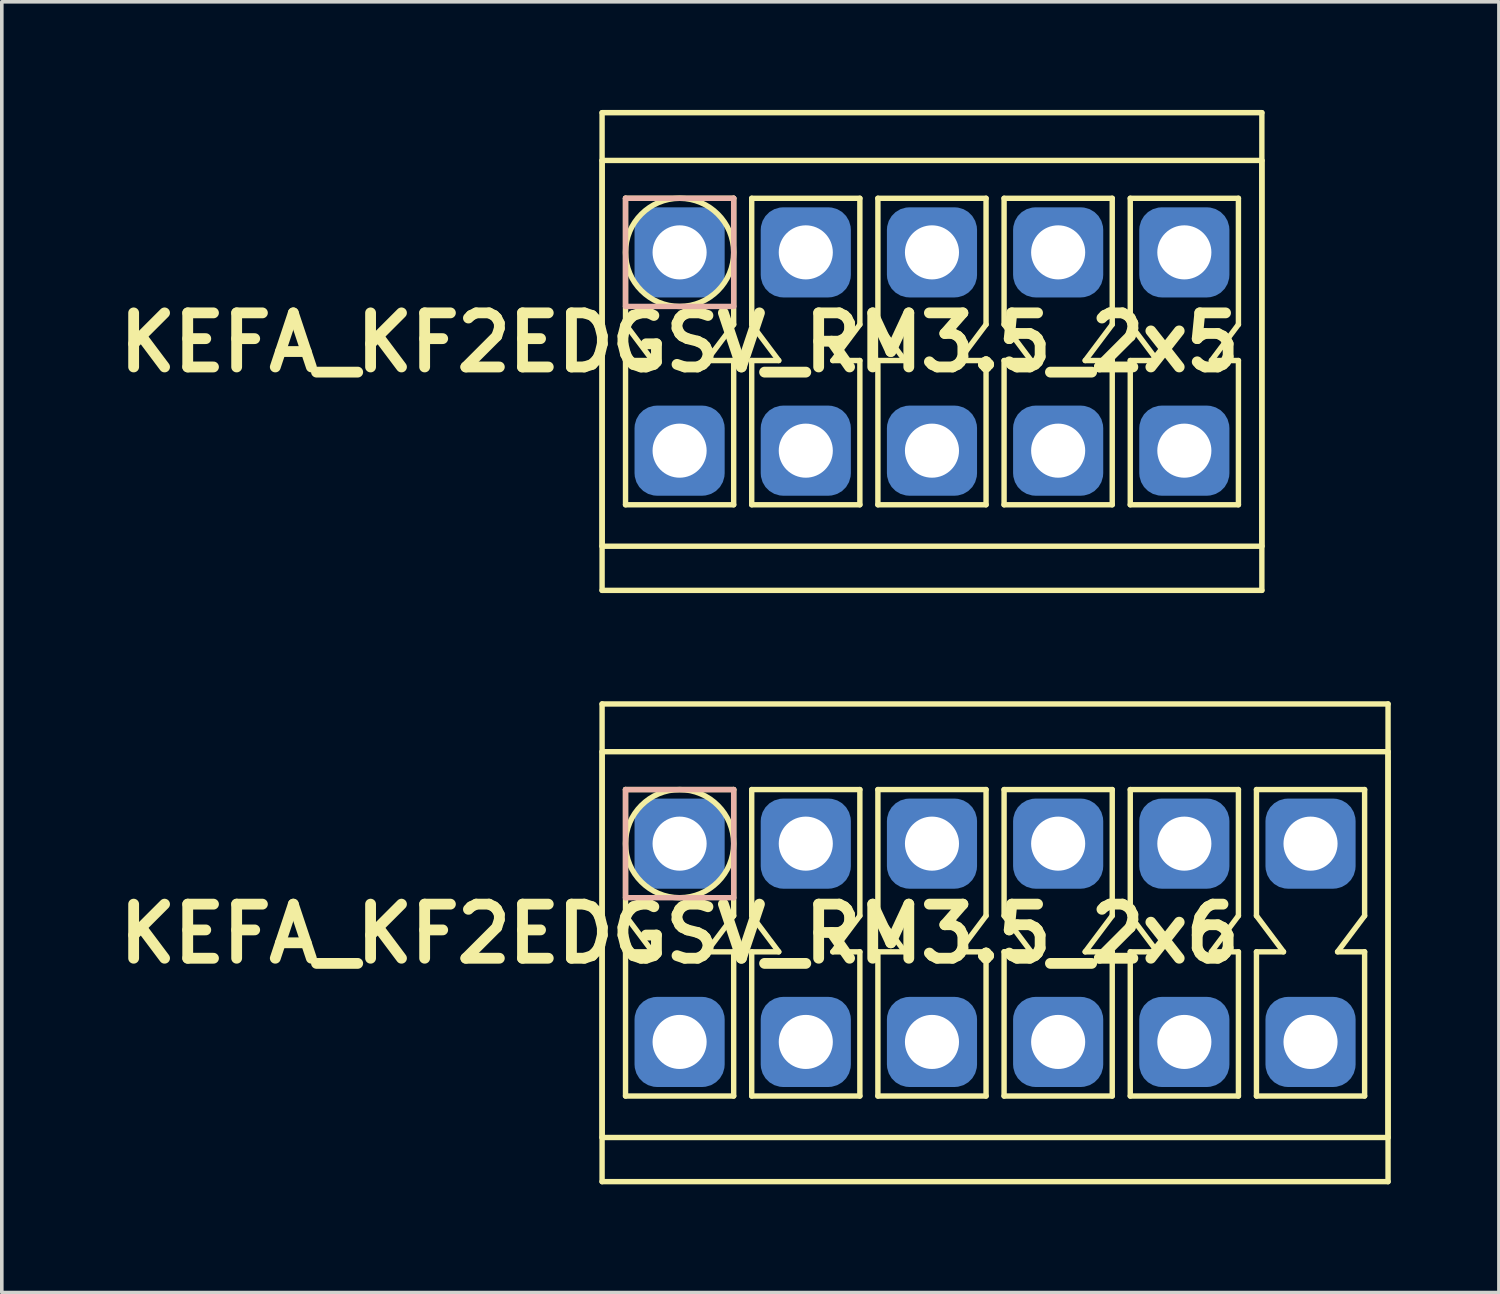
<source format=kicad_pcb>
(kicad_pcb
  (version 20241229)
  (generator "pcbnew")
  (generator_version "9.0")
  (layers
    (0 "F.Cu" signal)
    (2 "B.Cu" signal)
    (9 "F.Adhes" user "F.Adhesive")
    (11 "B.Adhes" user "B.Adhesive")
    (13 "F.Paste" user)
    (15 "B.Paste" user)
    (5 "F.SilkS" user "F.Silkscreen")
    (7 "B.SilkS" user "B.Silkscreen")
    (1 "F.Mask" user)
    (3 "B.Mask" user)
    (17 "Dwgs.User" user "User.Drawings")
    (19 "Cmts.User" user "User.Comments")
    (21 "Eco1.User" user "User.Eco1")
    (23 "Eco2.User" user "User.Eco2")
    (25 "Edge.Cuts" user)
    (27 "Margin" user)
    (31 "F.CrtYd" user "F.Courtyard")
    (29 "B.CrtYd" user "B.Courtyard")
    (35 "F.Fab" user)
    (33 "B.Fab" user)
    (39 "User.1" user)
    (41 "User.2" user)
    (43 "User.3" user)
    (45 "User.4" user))
  (footprint "KEFA_KF2EDGSV_RM3.5_2x6"
    (layer "F.Cu")
    (at 15.8 20.35)
    (property "Reference" "KEFA_KF2EDGSV_RM3.5_2x6" (at 0 2.5 0) (layer "F.SilkS") (effects (font (size 1.5 1.5) (thickness 0.3))))
    (attr through_hole)
    (fp_line (start -2.15 -3.875) (end 19.65 -3.875) (stroke (width 0.15) (type solid)) (layer "F.SilkS"))
    (fp_line (start -2.15 -2.55) (end 19.65 -2.55) (stroke (width 0.15) (type solid)) (layer "F.SilkS"))
    (fp_line (start -2.15 8.15) (end -2.15 -2.55) (stroke (width 0.15) (type solid)) (layer "F.SilkS"))
    (fp_line (start -2.15 9.375) (end -2.15 -3.875) (stroke (width 0.15) (type solid)) (layer "F.SilkS"))
    (fp_line (start -1.5 -1.5) (end -1.5 2) (stroke (width 0.15) (type solid)) (layer "F.SilkS"))
    (fp_line (start -1.5 -1.5) (end 1.5 -1.5) (stroke (width 0.15) (type solid)) (layer "F.SilkS"))
    (fp_line (start -1.5 2) (end -0.75 3) (stroke (width 0.15) (type solid)) (layer "F.SilkS"))
    (fp_line (start -1.5 3) (end -1.5 7) (stroke (width 0.15) (type solid)) (layer "F.SilkS"))
    (fp_line (start -1.5 7) (end 1.5 7) (stroke (width 0.15) (type solid)) (layer "F.SilkS"))
    (fp_line (start -0.75 3) (end -1.5 3) (stroke (width 0.15) (type solid)) (layer "F.SilkS"))
    (fp_line (start 0.75 3) (end 1.5 3) (stroke (width 0.15) (type solid)) (layer "F.SilkS"))
    (fp_line (start 1.5 -1.5) (end 1.5 2) (stroke (width 0.15) (type solid)) (layer "F.SilkS"))
    (fp_line (start 1.5 2) (end 0.75 3) (stroke (width 0.15) (type solid)) (layer "F.SilkS"))
    (fp_line (start 1.5 3) (end 1.5 7) (stroke (width 0.15) (type solid)) (layer "F.SilkS"))
    (fp_line (start 2 -1.5) (end 2 2) (stroke (width 0.15) (type solid)) (layer "F.SilkS"))
    (fp_line (start 2 -1.5) (end 5 -1.5) (stroke (width 0.15) (type solid)) (layer "F.SilkS"))
    (fp_line (start 2 2) (end 2.75 3) (stroke (width 0.15) (type solid)) (layer "F.SilkS"))
    (fp_line (start 2 3) (end 2 7) (stroke (width 0.15) (type solid)) (layer "F.SilkS"))
    (fp_line (start 2 7) (end 5 7) (stroke (width 0.15) (type solid)) (layer "F.SilkS"))
    (fp_line (start 2.75 3) (end 2 3) (stroke (width 0.15) (type solid)) (layer "F.SilkS"))
    (fp_line (start 4.25 3) (end 5 3) (stroke (width 0.15) (type solid)) (layer "F.SilkS"))
    (fp_line (start 5 -1.5) (end 5 2) (stroke (width 0.15) (type solid)) (layer "F.SilkS"))
    (fp_line (start 5 2) (end 4.25 3) (stroke (width 0.15) (type solid)) (layer "F.SilkS"))
    (fp_line (start 5 3) (end 5 7) (stroke (width 0.15) (type solid)) (layer "F.SilkS"))
    (fp_line (start 5.5 -1.5) (end 5.5 2) (stroke (width 0.15) (type solid)) (layer "F.SilkS"))
    (fp_line (start 5.5 -1.5) (end 8.5 -1.5) (stroke (width 0.15) (type solid)) (layer "F.SilkS"))
    (fp_line (start 5.5 2) (end 6.25 3) (stroke (width 0.15) (type solid)) (layer "F.SilkS"))
    (fp_line (start 5.5 3) (end 5.5 7) (stroke (width 0.15) (type solid)) (layer "F.SilkS"))
    (fp_line (start 5.5 7) (end 8.5 7) (stroke (width 0.15) (type solid)) (layer "F.SilkS"))
    (fp_line (start 6.25 3) (end 5.5 3) (stroke (width 0.15) (type solid)) (layer "F.SilkS"))
    (fp_line (start 7.75 3) (end 8.5 3) (stroke (width 0.15) (type solid)) (layer "F.SilkS"))
    (fp_line (start 8.5 -1.5) (end 8.5 2) (stroke (width 0.15) (type solid)) (layer "F.SilkS"))
    (fp_line (start 8.5 2) (end 7.75 3) (stroke (width 0.15) (type solid)) (layer "F.SilkS"))
    (fp_line (start 8.5 3) (end 8.5 7) (stroke (width 0.15) (type solid)) (layer "F.SilkS"))
    (fp_line (start 9 -1.5) (end 9 2) (stroke (width 0.15) (type solid)) (layer "F.SilkS"))
    (fp_line (start 9 -1.5) (end 12 -1.5) (stroke (width 0.15) (type solid)) (layer "F.SilkS"))
    (fp_line (start 9 2) (end 9.75 3) (stroke (width 0.15) (type solid)) (layer "F.SilkS"))
    (fp_line (start 9 3) (end 9 7) (stroke (width 0.15) (type solid)) (layer "F.SilkS"))
    (fp_line (start 9 7) (end 12 7) (stroke (width 0.15) (type solid)) (layer "F.SilkS"))
    (fp_line (start 9.75 3) (end 9 3) (stroke (width 0.15) (type solid)) (layer "F.SilkS"))
    (fp_line (start 11.25 3) (end 12 3) (stroke (width 0.15) (type solid)) (layer "F.SilkS"))
    (fp_line (start 12 -1.5) (end 12 2) (stroke (width 0.15) (type solid)) (layer "F.SilkS"))
    (fp_line (start 12 2) (end 11.25 3) (stroke (width 0.15) (type solid)) (layer "F.SilkS"))
    (fp_line (start 12 3) (end 12 7) (stroke (width 0.15) (type solid)) (layer "F.SilkS"))
    (fp_line (start 12.5 -1.5) (end 12.5 2) (stroke (width 0.15) (type solid)) (layer "F.SilkS"))
    (fp_line (start 12.5 -1.5) (end 15.5 -1.5) (stroke (width 0.15) (type solid)) (layer "F.SilkS"))
    (fp_line (start 12.5 2) (end 13.25 3) (stroke (width 0.15) (type solid)) (layer "F.SilkS"))
    (fp_line (start 12.5 3) (end 12.5 7) (stroke (width 0.15) (type solid)) (layer "F.SilkS"))
    (fp_line (start 12.5 7) (end 15.5 7) (stroke (width 0.15) (type solid)) (layer "F.SilkS"))
    (fp_line (start 13.25 3) (end 12.5 3) (stroke (width 0.15) (type solid)) (layer "F.SilkS"))
    (fp_line (start 14.75 3) (end 15.5 3) (stroke (width 0.15) (type solid)) (layer "F.SilkS"))
    (fp_line (start 15.5 -1.5) (end 15.5 2) (stroke (width 0.15) (type solid)) (layer "F.SilkS"))
    (fp_line (start 15.5 2) (end 14.75 3) (stroke (width 0.15) (type solid)) (layer "F.SilkS"))
    (fp_line (start 15.5 3) (end 15.5 7) (stroke (width 0.15) (type solid)) (layer "F.SilkS"))
    (fp_line (start 16 -1.5) (end 16 2) (stroke (width 0.15) (type solid)) (layer "F.SilkS"))
    (fp_line (start 16 -1.5) (end 19 -1.5) (stroke (width 0.15) (type solid)) (layer "F.SilkS"))
    (fp_line (start 16 2) (end 16.75 3) (stroke (width 0.15) (type solid)) (layer "F.SilkS"))
    (fp_line (start 16 3) (end 16 7) (stroke (width 0.15) (type solid)) (layer "F.SilkS"))
    (fp_line (start 16 7) (end 19 7) (stroke (width 0.15) (type solid)) (layer "F.SilkS"))
    (fp_line (start 16.75 3) (end 16 3) (stroke (width 0.15) (type solid)) (layer "F.SilkS"))
    (fp_line (start 18.25 3) (end 19 3) (stroke (width 0.15) (type solid)) (layer "F.SilkS"))
    (fp_line (start 19 -1.5) (end 19 2) (stroke (width 0.15) (type solid)) (layer "F.SilkS"))
    (fp_line (start 19 2) (end 18.25 3) (stroke (width 0.15) (type solid)) (layer "F.SilkS"))
    (fp_line (start 19 3) (end 19 7) (stroke (width 0.15) (type solid)) (layer "F.SilkS"))
    (fp_line (start 19.65 -3.875) (end 19.65 9.375) (stroke (width 0.15) (type solid)) (layer "F.SilkS"))
    (fp_line (start 19.65 -2.55) (end 19.65 8.15) (stroke (width 0.15) (type solid)) (layer "F.SilkS"))
    (fp_line (start 19.65 8.15) (end -2.15 8.15) (stroke (width 0.15) (type solid)) (layer "F.SilkS"))
    (fp_line (start 19.65 9.375) (end -2.15 9.375) (stroke (width 0.15) (type solid)) (layer "F.SilkS"))
    (fp_circle (center 0 0) (end 1.5 0) (stroke (width 0.15) (type solid)) (fill no) (layer "F.SilkS"))
    (fp_line (start -1.5 -1.5) (end 1.5 -1.5) (stroke (width 0.15) (type solid)) (layer "B.SilkS"))
    (fp_line (start -1.5 1.5) (end -1.5 -1.5) (stroke (width 0.15) (type solid)) (layer "B.SilkS"))
    (fp_line (start 1.5 -1.5) (end 1.5 1.5) (stroke (width 0.15) (type solid)) (layer "B.SilkS"))
    (fp_line (start 1.5 1.5) (end -1.5 1.5) (stroke (width 0.15) (type solid)) (layer "B.SilkS"))
    (pad "1" thru_hole circle (at 0 0) (size 1.8 1.8) (drill 1.5) (layers "*.Cu" "*.Mask"))
    (pad "1" smd roundrect (at 0 0) (size 2.5 2.5) (layers "B.Cu" "B.Mask") (roundrect_rratio 0.25))
    (pad "2" thru_hole circle (at 3.5 0) (size 1.8 1.8) (drill 1.5) (layers "*.Cu" "*.Mask"))
    (pad "2" smd roundrect (at 3.5 0) (size 2.5 2.5) (layers "B.Cu" "B.Mask") (roundrect_rratio 0.25))
    (pad "3" thru_hole circle (at 7 0) (size 1.8 1.8) (drill 1.5) (layers "*.Cu" "*.Mask"))
    (pad "3" smd roundrect (at 7 0) (size 2.5 2.5) (layers "B.Cu" "B.Mask") (roundrect_rratio 0.25))
    (pad "4" thru_hole circle (at 10.5 0) (size 1.8 1.8) (drill 1.5) (layers "*.Cu" "*.Mask"))
    (pad "4" smd roundrect (at 10.5 0) (size 2.5 2.5) (layers "B.Cu" "B.Mask") (roundrect_rratio 0.25))
    (pad "5" thru_hole circle (at 14 0) (size 1.8 1.8) (drill 1.5) (layers "*.Cu" "*.Mask"))
    (pad "5" smd roundrect (at 14 0) (size 2.5 2.5) (layers "B.Cu" "B.Mask") (roundrect_rratio 0.25))
    (pad "6" thru_hole circle (at 17.5 0) (size 1.8 1.8) (drill 1.5) (layers "*.Cu" "*.Mask"))
    (pad "6" smd roundrect (at 17.5 0) (size 2.5 2.5) (layers "B.Cu" "B.Mask") (roundrect_rratio 0.25))
    (pad "7" thru_hole circle (at 0 5.5) (size 1.8 1.8) (drill 1.5) (layers "*.Cu" "*.Mask"))
    (pad "7" smd roundrect (at 0 5.5) (size 2.5 2.5) (layers "B.Cu" "B.Mask") (roundrect_rratio 0.25))
    (pad "8" thru_hole circle (at 3.5 5.5) (size 1.8 1.8) (drill 1.5) (layers "*.Cu" "*.Mask"))
    (pad "8" smd roundrect (at 3.5 5.5) (size 2.5 2.5) (layers "B.Cu" "B.Mask") (roundrect_rratio 0.25))
    (pad "9" thru_hole circle (at 7 5.5) (size 1.8 1.8) (drill 1.5) (layers "*.Cu" "*.Mask"))
    (pad "9" smd roundrect (at 7 5.5) (size 2.5 2.5) (layers "B.Cu" "B.Mask") (roundrect_rratio 0.25))
    (pad "10" thru_hole circle (at 10.5 5.5) (size 1.8 1.8) (drill 1.5) (layers "*.Cu" "*.Mask"))
    (pad "10" smd roundrect (at 10.5 5.5) (size 2.5 2.5) (layers "B.Cu" "B.Mask") (roundrect_rratio 0.25))
    (pad "11" thru_hole circle (at 14 5.5) (size 1.8 1.8) (drill 1.5) (layers "*.Cu" "*.Mask"))
    (pad "11" smd roundrect (at 14 5.5) (size 2.5 2.5) (layers "B.Cu" "B.Mask") (roundrect_rratio 0.25))
    (pad "12" thru_hole circle (at 17.5 5.5) (size 1.8 1.8) (drill 1.5) (layers "*.Cu" "*.Mask"))
    (pad "12" smd roundrect (at 17.5 5.5) (size 2.5 2.5) (layers "B.Cu" "B.Mask") (roundrect_rratio 0.25)))
  (footprint "KEFA_KF2EDGSV_RM3.5_2x5"
    (layer "F.Cu")
    (at 15.8 3.95)
    (property "Reference" "KEFA_KF2EDGSV_RM3.5_2x5" (at 0 2.5 0) (layer "F.SilkS") (effects (font (size 1.5 1.5) (thickness 0.3))))
    (attr through_hole)
    (fp_line (start -2.15 -3.875) (end 16.15 -3.875) (stroke (width 0.15) (type solid)) (layer "F.SilkS"))
    (fp_line (start -2.15 -2.55) (end 16.15 -2.55) (stroke (width 0.15) (type solid)) (layer "F.SilkS"))
    (fp_line (start -2.15 8.15) (end -2.15 -2.55) (stroke (width 0.15) (type solid)) (layer "F.SilkS"))
    (fp_line (start -2.15 9.375) (end -2.15 -3.875) (stroke (width 0.15) (type solid)) (layer "F.SilkS"))
    (fp_line (start -1.5 -1.5) (end -1.5 2) (stroke (width 0.15) (type solid)) (layer "F.SilkS"))
    (fp_line (start -1.5 -1.5) (end 1.5 -1.5) (stroke (width 0.15) (type solid)) (layer "F.SilkS"))
    (fp_line (start -1.5 2) (end -0.75 3) (stroke (width 0.15) (type solid)) (layer "F.SilkS"))
    (fp_line (start -1.5 3) (end -1.5 7) (stroke (width 0.15) (type solid)) (layer "F.SilkS"))
    (fp_line (start -1.5 7) (end 1.5 7) (stroke (width 0.15) (type solid)) (layer "F.SilkS"))
    (fp_line (start -0.75 3) (end -1.5 3) (stroke (width 0.15) (type solid)) (layer "F.SilkS"))
    (fp_line (start 0.75 3) (end 1.5 3) (stroke (width 0.15) (type solid)) (layer "F.SilkS"))
    (fp_line (start 1.5 -1.5) (end 1.5 2) (stroke (width 0.15) (type solid)) (layer "F.SilkS"))
    (fp_line (start 1.5 2) (end 0.75 3) (stroke (width 0.15) (type solid)) (layer "F.SilkS"))
    (fp_line (start 1.5 3) (end 1.5 7) (stroke (width 0.15) (type solid)) (layer "F.SilkS"))
    (fp_line (start 2 -1.5) (end 2 2) (stroke (width 0.15) (type solid)) (layer "F.SilkS"))
    (fp_line (start 2 -1.5) (end 5 -1.5) (stroke (width 0.15) (type solid)) (layer "F.SilkS"))
    (fp_line (start 2 2) (end 2.75 3) (stroke (width 0.15) (type solid)) (layer "F.SilkS"))
    (fp_line (start 2 3) (end 2 7) (stroke (width 0.15) (type solid)) (layer "F.SilkS"))
    (fp_line (start 2 7) (end 5 7) (stroke (width 0.15) (type solid)) (layer "F.SilkS"))
    (fp_line (start 2.75 3) (end 2 3) (stroke (width 0.15) (type solid)) (layer "F.SilkS"))
    (fp_line (start 4.25 3) (end 5 3) (stroke (width 0.15) (type solid)) (layer "F.SilkS"))
    (fp_line (start 5 -1.5) (end 5 2) (stroke (width 0.15) (type solid)) (layer "F.SilkS"))
    (fp_line (start 5 2) (end 4.25 3) (stroke (width 0.15) (type solid)) (layer "F.SilkS"))
    (fp_line (start 5 3) (end 5 7) (stroke (width 0.15) (type solid)) (layer "F.SilkS"))
    (fp_line (start 5.5 -1.5) (end 5.5 2) (stroke (width 0.15) (type solid)) (layer "F.SilkS"))
    (fp_line (start 5.5 -1.5) (end 8.5 -1.5) (stroke (width 0.15) (type solid)) (layer "F.SilkS"))
    (fp_line (start 5.5 2) (end 6.25 3) (stroke (width 0.15) (type solid)) (layer "F.SilkS"))
    (fp_line (start 5.5 3) (end 5.5 7) (stroke (width 0.15) (type solid)) (layer "F.SilkS"))
    (fp_line (start 5.5 7) (end 8.5 7) (stroke (width 0.15) (type solid)) (layer "F.SilkS"))
    (fp_line (start 6.25 3) (end 5.5 3) (stroke (width 0.15) (type solid)) (layer "F.SilkS"))
    (fp_line (start 7.75 3) (end 8.5 3) (stroke (width 0.15) (type solid)) (layer "F.SilkS"))
    (fp_line (start 8.5 -1.5) (end 8.5 2) (stroke (width 0.15) (type solid)) (layer "F.SilkS"))
    (fp_line (start 8.5 2) (end 7.75 3) (stroke (width 0.15) (type solid)) (layer "F.SilkS"))
    (fp_line (start 8.5 3) (end 8.5 7) (stroke (width 0.15) (type solid)) (layer "F.SilkS"))
    (fp_line (start 9 -1.5) (end 9 2) (stroke (width 0.15) (type solid)) (layer "F.SilkS"))
    (fp_line (start 9 -1.5) (end 12 -1.5) (stroke (width 0.15) (type solid)) (layer "F.SilkS"))
    (fp_line (start 9 2) (end 9.75 3) (stroke (width 0.15) (type solid)) (layer "F.SilkS"))
    (fp_line (start 9 3) (end 9 7) (stroke (width 0.15) (type solid)) (layer "F.SilkS"))
    (fp_line (start 9 7) (end 12 7) (stroke (width 0.15) (type solid)) (layer "F.SilkS"))
    (fp_line (start 9.75 3) (end 9 3) (stroke (width 0.15) (type solid)) (layer "F.SilkS"))
    (fp_line (start 11.25 3) (end 12 3) (stroke (width 0.15) (type solid)) (layer "F.SilkS"))
    (fp_line (start 12 -1.5) (end 12 2) (stroke (width 0.15) (type solid)) (layer "F.SilkS"))
    (fp_line (start 12 2) (end 11.25 3) (stroke (width 0.15) (type solid)) (layer "F.SilkS"))
    (fp_line (start 12 3) (end 12 7) (stroke (width 0.15) (type solid)) (layer "F.SilkS"))
    (fp_line (start 12.5 -1.5) (end 12.5 2) (stroke (width 0.15) (type solid)) (layer "F.SilkS"))
    (fp_line (start 12.5 -1.5) (end 15.5 -1.5) (stroke (width 0.15) (type solid)) (layer "F.SilkS"))
    (fp_line (start 12.5 2) (end 13.25 3) (stroke (width 0.15) (type solid)) (layer "F.SilkS"))
    (fp_line (start 12.5 3) (end 12.5 7) (stroke (width 0.15) (type solid)) (layer "F.SilkS"))
    (fp_line (start 12.5 7) (end 15.5 7) (stroke (width 0.15) (type solid)) (layer "F.SilkS"))
    (fp_line (start 13.25 3) (end 12.5 3) (stroke (width 0.15) (type solid)) (layer "F.SilkS"))
    (fp_line (start 14.75 3) (end 15.5 3) (stroke (width 0.15) (type solid)) (layer "F.SilkS"))
    (fp_line (start 15.5 -1.5) (end 15.5 2) (stroke (width 0.15) (type solid)) (layer "F.SilkS"))
    (fp_line (start 15.5 2) (end 14.75 3) (stroke (width 0.15) (type solid)) (layer "F.SilkS"))
    (fp_line (start 15.5 3) (end 15.5 7) (stroke (width 0.15) (type solid)) (layer "F.SilkS"))
    (fp_line (start 16.15 -3.875) (end 16.15 9.375) (stroke (width 0.15) (type solid)) (layer "F.SilkS"))
    (fp_line (start 16.15 -2.55) (end 16.15 8.15) (stroke (width 0.15) (type solid)) (layer "F.SilkS"))
    (fp_line (start 16.15 8.15) (end -2.15 8.15) (stroke (width 0.15) (type solid)) (layer "F.SilkS"))
    (fp_line (start 16.15 9.375) (end -2.15 9.375) (stroke (width 0.15) (type solid)) (layer "F.SilkS"))
    (fp_circle (center 0 0) (end 1.5 0) (stroke (width 0.15) (type solid)) (fill no) (layer "F.SilkS"))
    (fp_line (start -1.5 -1.5) (end 1.5 -1.5) (stroke (width 0.15) (type solid)) (layer "B.SilkS"))
    (fp_line (start -1.5 1.5) (end -1.5 -1.5) (stroke (width 0.15) (type solid)) (layer "B.SilkS"))
    (fp_line (start 1.5 -1.5) (end 1.5 1.5) (stroke (width 0.15) (type solid)) (layer "B.SilkS"))
    (fp_line (start 1.5 1.5) (end -1.5 1.5) (stroke (width 0.15) (type solid)) (layer "B.SilkS"))
    (pad "1" thru_hole circle (at 0 0) (size 1.8 1.8) (drill 1.5) (layers "*.Cu" "*.Mask"))
    (pad "1" smd roundrect (at 0 0) (size 2.5 2.5) (layers "B.Cu" "B.Mask") (roundrect_rratio 0.25))
    (pad "2" thru_hole circle (at 3.5 0) (size 1.8 1.8) (drill 1.5) (layers "*.Cu" "*.Mask"))
    (pad "2" smd roundrect (at 3.5 0) (size 2.5 2.5) (layers "B.Cu" "B.Mask") (roundrect_rratio 0.25))
    (pad "3" thru_hole circle (at 7 0) (size 1.8 1.8) (drill 1.5) (layers "*.Cu" "*.Mask"))
    (pad "3" smd roundrect (at 7 0) (size 2.5 2.5) (layers "B.Cu" "B.Mask") (roundrect_rratio 0.25))
    (pad "4" thru_hole circle (at 10.5 0) (size 1.8 1.8) (drill 1.5) (layers "*.Cu" "*.Mask"))
    (pad "4" smd roundrect (at 10.5 0) (size 2.5 2.5) (layers "B.Cu" "B.Mask") (roundrect_rratio 0.25))
    (pad "5" thru_hole circle (at 14 0) (size 1.8 1.8) (drill 1.5) (layers "*.Cu" "*.Mask"))
    (pad "5" smd roundrect (at 14 0) (size 2.5 2.5) (layers "B.Cu" "B.Mask") (roundrect_rratio 0.25))
    (pad "6" thru_hole circle (at 0 5.5) (size 1.8 1.8) (drill 1.5) (layers "*.Cu" "*.Mask"))
    (pad "6" smd roundrect (at 0 5.5) (size 2.5 2.5) (layers "B.Cu" "B.Mask") (roundrect_rratio 0.25))
    (pad "7" thru_hole circle (at 3.5 5.5) (size 1.8 1.8) (drill 1.5) (layers "*.Cu" "*.Mask"))
    (pad "7" smd roundrect (at 3.5 5.5) (size 2.5 2.5) (layers "B.Cu" "B.Mask") (roundrect_rratio 0.25))
    (pad "8" thru_hole circle (at 7 5.5) (size 1.8 1.8) (drill 1.5) (layers "*.Cu" "*.Mask"))
    (pad "8" smd roundrect (at 7 5.5) (size 2.5 2.5) (layers "B.Cu" "B.Mask") (roundrect_rratio 0.25))
    (pad "9" thru_hole circle (at 10.5 5.5) (size 1.8 1.8) (drill 1.5) (layers "*.Cu" "*.Mask"))
    (pad "9" smd roundrect (at 10.5 5.5) (size 2.5 2.5) (layers "B.Cu" "B.Mask") (roundrect_rratio 0.25))
    (pad "10" thru_hole circle (at 14 5.5) (size 1.8 1.8) (drill 1.5) (layers "*.Cu" "*.Mask"))
    (pad "10" smd roundrect (at 14 5.5) (size 2.5 2.5) (layers "B.Cu" "B.Mask") (roundrect_rratio 0.25)))
  (gr_rect
    (start -3 -3)
    (end 38.525 32.8)
    (stroke (width 0.1) (type default))
    (fill no)
    (layer "Edge.Cuts")))
</source>
